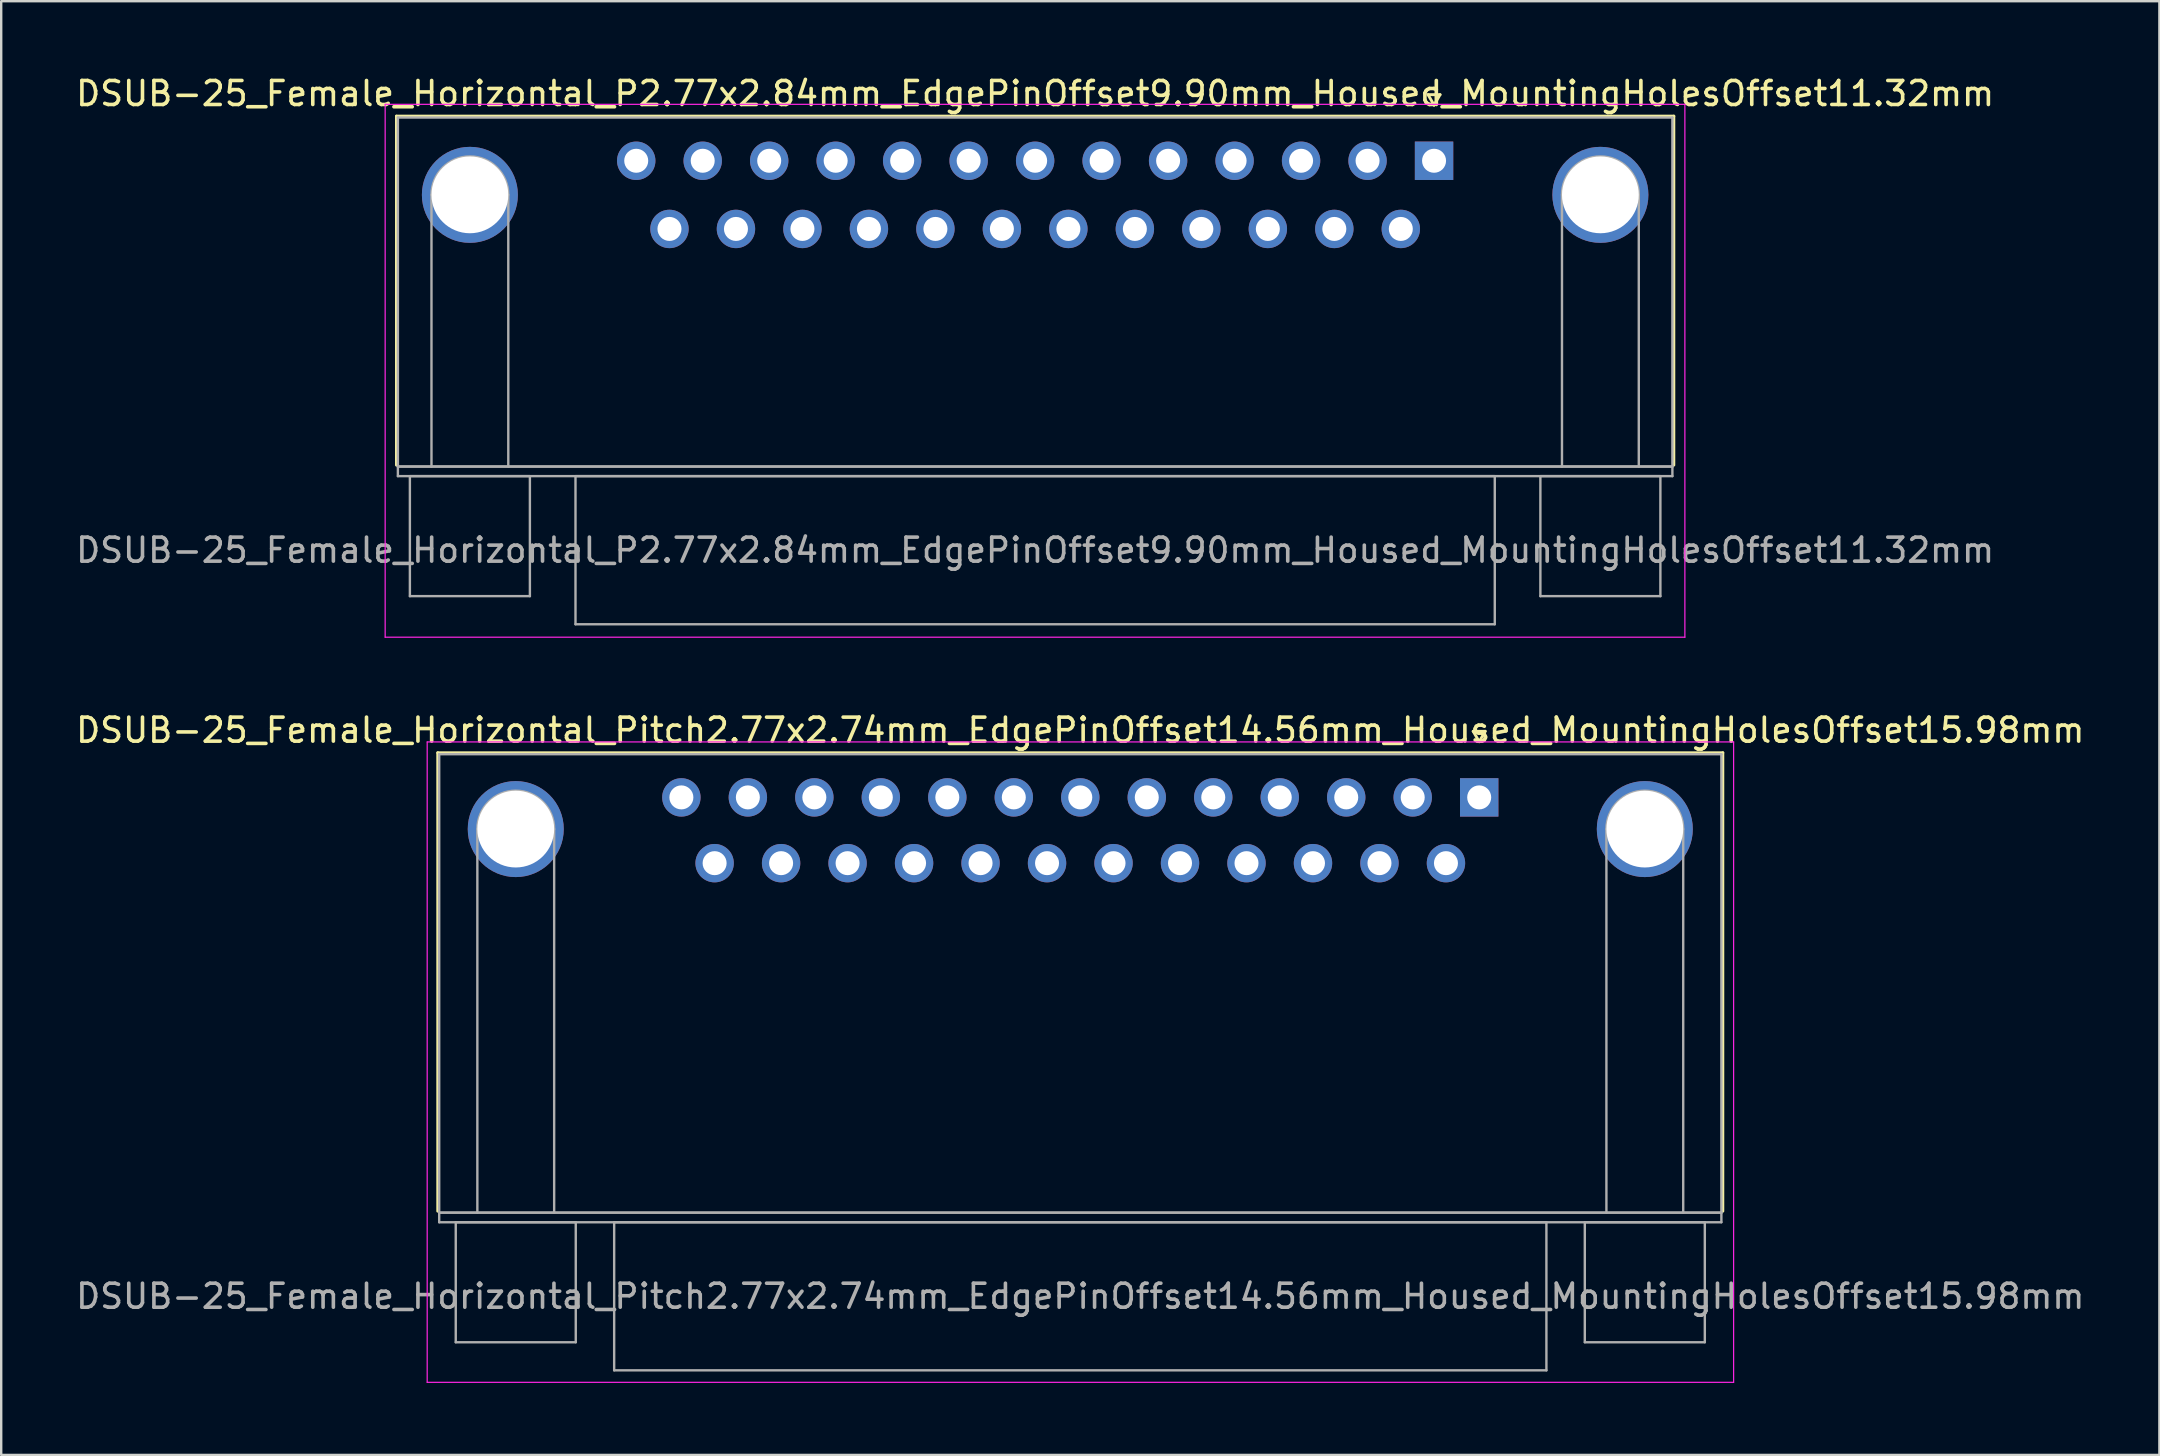
<source format=kicad_pcb>
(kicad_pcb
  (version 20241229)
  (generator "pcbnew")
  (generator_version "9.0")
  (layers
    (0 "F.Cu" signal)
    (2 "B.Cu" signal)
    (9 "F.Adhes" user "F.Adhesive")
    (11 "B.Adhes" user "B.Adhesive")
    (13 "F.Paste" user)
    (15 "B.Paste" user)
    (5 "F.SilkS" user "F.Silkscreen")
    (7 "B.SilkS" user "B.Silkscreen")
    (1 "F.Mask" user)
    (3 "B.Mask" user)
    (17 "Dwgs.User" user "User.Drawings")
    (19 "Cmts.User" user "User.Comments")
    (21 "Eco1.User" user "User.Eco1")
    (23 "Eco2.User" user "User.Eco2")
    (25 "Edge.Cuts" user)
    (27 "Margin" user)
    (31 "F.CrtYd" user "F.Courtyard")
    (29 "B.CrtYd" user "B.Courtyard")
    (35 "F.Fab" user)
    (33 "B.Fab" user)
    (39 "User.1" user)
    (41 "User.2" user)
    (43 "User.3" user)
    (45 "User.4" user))
  (footprint "DSUB-25_Female_Horizontal_P2.77x2.84mm_EdgePinOffset9.90mm_Housed_MountingHolesOffset11.32mm"
    (layer "F.Cu")
    (at 56.697 3.648)
    (property "Reference" "DSUB-25_Female_Horizontal_P2.77x2.84mm_EdgePinOffset9.90mm_Housed_MountingHolesOffset11.32mm" (at -16.62 -2.8 0) (layer "F.SilkS") (effects (font (size 1 1) (thickness 0.15))))
    (attr through_hole)
    (fp_line (start -43.23 -1.86) (end 9.99 -1.86) (stroke (width 0.12) (type solid)) (layer "F.SilkS"))
    (fp_line (start -43.23 12.68) (end -43.23 -1.86) (stroke (width 0.12) (type solid)) (layer "F.SilkS"))
    (fp_line (start -0.25 -2.754) (end 0.25 -2.754) (stroke (width 0.12) (type solid)) (layer "F.SilkS"))
    (fp_line (start 0 -2.321) (end -0.25 -2.754) (stroke (width 0.12) (type solid)) (layer "F.SilkS"))
    (fp_line (start 0.25 -2.754) (end 0 -2.321) (stroke (width 0.12) (type solid)) (layer "F.SilkS"))
    (fp_line (start 9.99 -1.86) (end 9.99 12.68) (stroke (width 0.12) (type solid)) (layer "F.SilkS"))
    (fp_line (start -43.7 -2.35) (end -43.7 19.85) (stroke (width 0.05) (type solid)) (layer "F.CrtYd"))
    (fp_line (start -43.7 19.85) (end 10.45 19.85) (stroke (width 0.05) (type solid)) (layer "F.CrtYd"))
    (fp_line (start 10.45 -2.35) (end -43.7 -2.35) (stroke (width 0.05) (type solid)) (layer "F.CrtYd"))
    (fp_line (start 10.45 19.85) (end 10.45 -2.35) (stroke (width 0.05) (type solid)) (layer "F.CrtYd"))
    (fp_line (start -43.17 -1.8) (end -43.17 12.74) (stroke (width 0.1) (type solid)) (layer "F.Fab"))
    (fp_line (start -43.17 12.74) (end -43.17 13.14) (stroke (width 0.1) (type solid)) (layer "F.Fab"))
    (fp_line (start -43.17 12.74) (end 9.93 12.74) (stroke (width 0.1) (type solid)) (layer "F.Fab"))
    (fp_line (start -43.17 13.14) (end 9.93 13.14) (stroke (width 0.1) (type solid)) (layer "F.Fab"))
    (fp_line (start -42.67 13.14) (end -42.67 18.14) (stroke (width 0.1) (type solid)) (layer "F.Fab"))
    (fp_line (start -42.67 18.14) (end -37.67 18.14) (stroke (width 0.1) (type solid)) (layer "F.Fab"))
    (fp_line (start -41.77 12.74) (end -41.77 1.42) (stroke (width 0.1) (type solid)) (layer "F.Fab"))
    (fp_line (start -38.57 12.74) (end -38.57 1.42) (stroke (width 0.1) (type solid)) (layer "F.Fab"))
    (fp_line (start -37.67 13.14) (end -42.67 13.14) (stroke (width 0.1) (type solid)) (layer "F.Fab"))
    (fp_line (start -37.67 18.14) (end -37.67 13.14) (stroke (width 0.1) (type solid)) (layer "F.Fab"))
    (fp_line (start -35.77 13.14) (end -35.77 19.31) (stroke (width 0.1) (type solid)) (layer "F.Fab"))
    (fp_line (start -35.77 19.31) (end 2.53 19.31) (stroke (width 0.1) (type solid)) (layer "F.Fab"))
    (fp_line (start 2.53 13.14) (end -35.77 13.14) (stroke (width 0.1) (type solid)) (layer "F.Fab"))
    (fp_line (start 2.53 19.31) (end 2.53 13.14) (stroke (width 0.1) (type solid)) (layer "F.Fab"))
    (fp_line (start 4.43 13.14) (end 4.43 18.14) (stroke (width 0.1) (type solid)) (layer "F.Fab"))
    (fp_line (start 4.43 18.14) (end 9.43 18.14) (stroke (width 0.1) (type solid)) (layer "F.Fab"))
    (fp_line (start 5.33 12.74) (end 5.33 1.42) (stroke (width 0.1) (type solid)) (layer "F.Fab"))
    (fp_line (start 8.53 12.74) (end 8.53 1.42) (stroke (width 0.1) (type solid)) (layer "F.Fab"))
    (fp_line (start 9.43 13.14) (end 4.43 13.14) (stroke (width 0.1) (type solid)) (layer "F.Fab"))
    (fp_line (start 9.43 18.14) (end 9.43 13.14) (stroke (width 0.1) (type solid)) (layer "F.Fab"))
    (fp_line (start 9.93 -1.8) (end -43.17 -1.8) (stroke (width 0.1) (type solid)) (layer "F.Fab"))
    (fp_line (start 9.93 12.74) (end -43.17 12.74) (stroke (width 0.1) (type solid)) (layer "F.Fab"))
    (fp_line (start 9.93 12.74) (end 9.93 -1.8) (stroke (width 0.1) (type solid)) (layer "F.Fab"))
    (fp_line (start 9.93 13.14) (end 9.93 12.74) (stroke (width 0.1) (type solid)) (layer "F.Fab"))
    (fp_arc (start -41.77 1.42) (mid -40.17 -0.18) (end -38.57 1.42) (stroke (width 0.1) (type solid)) (layer "F.Fab"))
    (fp_arc (start 5.33 1.42) (mid 6.93 -0.18) (end 8.53 1.42) (stroke (width 0.1) (type solid)) (layer "F.Fab"))
    (fp_text user "${REFERENCE}" (at -16.62 16.225 0) (layer "F.Fab") (effects (font (size 1 1) (thickness 0.15))))
    (pad "0" thru_hole circle (at -40.17 1.42) (size 4 4) (drill 3.2) (layers "*.Cu" "*.Mask"))
    (pad "0" thru_hole circle (at 6.93 1.42) (size 4 4) (drill 3.2) (layers "*.Cu" "*.Mask"))
    (pad "1" thru_hole rect (at 0 0) (size 1.6 1.6) (drill 1) (layers "*.Cu" "*.Mask"))
    (pad "2" thru_hole circle (at -2.77 0) (size 1.6 1.6) (drill 1) (layers "*.Cu" "*.Mask"))
    (pad "3" thru_hole circle (at -5.54 0) (size 1.6 1.6) (drill 1) (layers "*.Cu" "*.Mask"))
    (pad "4" thru_hole circle (at -8.31 0) (size 1.6 1.6) (drill 1) (layers "*.Cu" "*.Mask"))
    (pad "5" thru_hole circle (at -11.08 0) (size 1.6 1.6) (drill 1) (layers "*.Cu" "*.Mask"))
    (pad "6" thru_hole circle (at -13.85 0) (size 1.6 1.6) (drill 1) (layers "*.Cu" "*.Mask"))
    (pad "7" thru_hole circle (at -16.62 0) (size 1.6 1.6) (drill 1) (layers "*.Cu" "*.Mask"))
    (pad "8" thru_hole circle (at -19.39 0) (size 1.6 1.6) (drill 1) (layers "*.Cu" "*.Mask"))
    (pad "9" thru_hole circle (at -22.16 0) (size 1.6 1.6) (drill 1) (layers "*.Cu" "*.Mask"))
    (pad "10" thru_hole circle (at -24.93 0) (size 1.6 1.6) (drill 1) (layers "*.Cu" "*.Mask"))
    (pad "11" thru_hole circle (at -27.7 0) (size 1.6 1.6) (drill 1) (layers "*.Cu" "*.Mask"))
    (pad "12" thru_hole circle (at -30.47 0) (size 1.6 1.6) (drill 1) (layers "*.Cu" "*.Mask"))
    (pad "13" thru_hole circle (at -33.24 0) (size 1.6 1.6) (drill 1) (layers "*.Cu" "*.Mask"))
    (pad "14" thru_hole circle (at -1.385 2.84) (size 1.6 1.6) (drill 1) (layers "*.Cu" "*.Mask"))
    (pad "15" thru_hole circle (at -4.155 2.84) (size 1.6 1.6) (drill 1) (layers "*.Cu" "*.Mask"))
    (pad "16" thru_hole circle (at -6.925 2.84) (size 1.6 1.6) (drill 1) (layers "*.Cu" "*.Mask"))
    (pad "17" thru_hole circle (at -9.695 2.84) (size 1.6 1.6) (drill 1) (layers "*.Cu" "*.Mask"))
    (pad "18" thru_hole circle (at -12.465 2.84) (size 1.6 1.6) (drill 1) (layers "*.Cu" "*.Mask"))
    (pad "19" thru_hole circle (at -15.235 2.84) (size 1.6 1.6) (drill 1) (layers "*.Cu" "*.Mask"))
    (pad "20" thru_hole circle (at -18.005 2.84) (size 1.6 1.6) (drill 1) (layers "*.Cu" "*.Mask"))
    (pad "21" thru_hole circle (at -20.775 2.84) (size 1.6 1.6) (drill 1) (layers "*.Cu" "*.Mask"))
    (pad "22" thru_hole circle (at -23.545 2.84) (size 1.6 1.6) (drill 1) (layers "*.Cu" "*.Mask"))
    (pad "23" thru_hole circle (at -26.315 2.84) (size 1.6 1.6) (drill 1) (layers "*.Cu" "*.Mask"))
    (pad "24" thru_hole circle (at -29.085 2.84) (size 1.6 1.6) (drill 1) (layers "*.Cu" "*.Mask"))
    (pad "25" thru_hole circle (at -31.855 2.84) (size 1.6 1.6) (drill 1) (layers "*.Cu" "*.Mask")))
  (footprint "DSUB-25_Female_Horizontal_Pitch2.77x2.74mm_EdgePinOffset14.56mm_Housed_MountingHolesOffset15.98mm"
    (layer "F.Cu")
    (at 58.578 30.172)
    (property "Reference" "DSUB-25_Female_Horizontal_Pitch2.77x2.74mm_EdgePinOffset14.56mm_Housed_MountingHolesOffset15.98mm" (at -16.62 -2.8 0) (layer "F.SilkS") (effects (font (size 1 1) (thickness 0.15))))
    (attr through_hole)
    (fp_line (start -43.39 -1.86) (end 10.15 -1.86) (stroke (width 0.12) (type solid)) (layer "F.SilkS"))
    (fp_line (start -43.39 17.24) (end -43.39 -1.86) (stroke (width 0.12) (type solid)) (layer "F.SilkS"))
    (fp_line (start -0.25 -2.754) (end 0.25 -2.754) (stroke (width 0.12) (type solid)) (layer "F.SilkS"))
    (fp_line (start 0 -2.321) (end -0.25 -2.754) (stroke (width 0.12) (type solid)) (layer "F.SilkS"))
    (fp_line (start 0.25 -2.754) (end 0 -2.321) (stroke (width 0.12) (type solid)) (layer "F.SilkS"))
    (fp_line (start 10.15 -1.86) (end 10.15 17.24) (stroke (width 0.12) (type solid)) (layer "F.SilkS"))
    (fp_line (start -43.83 -2.31) (end -43.83 24.37) (stroke (width 0.05) (type solid)) (layer "F.CrtYd"))
    (fp_line (start -43.83 24.37) (end 10.6 24.37) (stroke (width 0.05) (type solid)) (layer "F.CrtYd"))
    (fp_line (start 10.6 -2.31) (end -43.83 -2.31) (stroke (width 0.05) (type solid)) (layer "F.CrtYd"))
    (fp_line (start 10.6 24.37) (end 10.6 -2.31) (stroke (width 0.05) (type solid)) (layer "F.CrtYd"))
    (fp_line (start -43.33 -1.8) (end -43.33 17.3) (stroke (width 0.1) (type solid)) (layer "F.Fab"))
    (fp_line (start -43.33 17.3) (end -43.33 17.7) (stroke (width 0.1) (type solid)) (layer "F.Fab"))
    (fp_line (start -43.33 17.3) (end 10.09 17.3) (stroke (width 0.1) (type solid)) (layer "F.Fab"))
    (fp_line (start -43.33 17.7) (end 10.09 17.7) (stroke (width 0.1) (type solid)) (layer "F.Fab"))
    (fp_line (start -42.64 17.7) (end -42.64 22.7) (stroke (width 0.1) (type solid)) (layer "F.Fab"))
    (fp_line (start -42.64 22.7) (end -37.64 22.7) (stroke (width 0.1) (type solid)) (layer "F.Fab"))
    (fp_line (start -41.74 17.3) (end -41.74 1.32) (stroke (width 0.1) (type solid)) (layer "F.Fab"))
    (fp_line (start -38.54 17.3) (end -38.54 1.32) (stroke (width 0.1) (type solid)) (layer "F.Fab"))
    (fp_line (start -37.64 17.7) (end -42.64 17.7) (stroke (width 0.1) (type solid)) (layer "F.Fab"))
    (fp_line (start -37.64 22.7) (end -37.64 17.7) (stroke (width 0.1) (type solid)) (layer "F.Fab"))
    (fp_line (start -36.04 17.7) (end -36.04 23.87) (stroke (width 0.1) (type solid)) (layer "F.Fab"))
    (fp_line (start -36.04 23.87) (end 2.8 23.87) (stroke (width 0.1) (type solid)) (layer "F.Fab"))
    (fp_line (start 2.8 17.7) (end -36.04 17.7) (stroke (width 0.1) (type solid)) (layer "F.Fab"))
    (fp_line (start 2.8 23.87) (end 2.8 17.7) (stroke (width 0.1) (type solid)) (layer "F.Fab"))
    (fp_line (start 4.4 17.7) (end 4.4 22.7) (stroke (width 0.1) (type solid)) (layer "F.Fab"))
    (fp_line (start 4.4 22.7) (end 9.4 22.7) (stroke (width 0.1) (type solid)) (layer "F.Fab"))
    (fp_line (start 5.3 17.3) (end 5.3 1.32) (stroke (width 0.1) (type solid)) (layer "F.Fab"))
    (fp_line (start 8.5 17.3) (end 8.5 1.32) (stroke (width 0.1) (type solid)) (layer "F.Fab"))
    (fp_line (start 9.4 17.7) (end 4.4 17.7) (stroke (width 0.1) (type solid)) (layer "F.Fab"))
    (fp_line (start 9.4 22.7) (end 9.4 17.7) (stroke (width 0.1) (type solid)) (layer "F.Fab"))
    (fp_line (start 10.09 -1.8) (end -43.33 -1.8) (stroke (width 0.1) (type solid)) (layer "F.Fab"))
    (fp_line (start 10.09 17.3) (end -43.33 17.3) (stroke (width 0.1) (type solid)) (layer "F.Fab"))
    (fp_line (start 10.09 17.3) (end 10.09 -1.8) (stroke (width 0.1) (type solid)) (layer "F.Fab"))
    (fp_line (start 10.09 17.7) (end 10.09 17.3) (stroke (width 0.1) (type solid)) (layer "F.Fab"))
    (fp_arc (start -41.74 1.32) (mid -40.14 -0.28) (end -38.54 1.32) (stroke (width 0.1) (type solid)) (layer "F.Fab"))
    (fp_arc (start 5.3 1.32) (mid 6.9 -0.28) (end 8.5 1.32) (stroke (width 0.1) (type solid)) (layer "F.Fab"))
    (fp_text user "${REFERENCE}" (at -16.62 20.785 0) (layer "F.Fab") (effects (font (size 1 1) (thickness 0.15))))
    (pad "0" thru_hole circle (at -40.14 1.32) (size 4 4) (drill 3.2) (layers "*.Cu" "*.Mask"))
    (pad "0" thru_hole circle (at 6.9 1.32) (size 4 4) (drill 3.2) (layers "*.Cu" "*.Mask"))
    (pad "1" thru_hole rect (at 0 0) (size 1.6 1.6) (drill 1) (layers "*.Cu" "*.Mask"))
    (pad "2" thru_hole circle (at -2.77 0) (size 1.6 1.6) (drill 1) (layers "*.Cu" "*.Mask"))
    (pad "3" thru_hole circle (at -5.54 0) (size 1.6 1.6) (drill 1) (layers "*.Cu" "*.Mask"))
    (pad "4" thru_hole circle (at -8.31 0) (size 1.6 1.6) (drill 1) (layers "*.Cu" "*.Mask"))
    (pad "5" thru_hole circle (at -11.08 0) (size 1.6 1.6) (drill 1) (layers "*.Cu" "*.Mask"))
    (pad "6" thru_hole circle (at -13.85 0) (size 1.6 1.6) (drill 1) (layers "*.Cu" "*.Mask"))
    (pad "7" thru_hole circle (at -16.62 0) (size 1.6 1.6) (drill 1) (layers "*.Cu" "*.Mask"))
    (pad "8" thru_hole circle (at -19.39 0) (size 1.6 1.6) (drill 1) (layers "*.Cu" "*.Mask"))
    (pad "9" thru_hole circle (at -22.16 0) (size 1.6 1.6) (drill 1) (layers "*.Cu" "*.Mask"))
    (pad "10" thru_hole circle (at -24.93 0) (size 1.6 1.6) (drill 1) (layers "*.Cu" "*.Mask"))
    (pad "11" thru_hole circle (at -27.7 0) (size 1.6 1.6) (drill 1) (layers "*.Cu" "*.Mask"))
    (pad "12" thru_hole circle (at -30.47 0) (size 1.6 1.6) (drill 1) (layers "*.Cu" "*.Mask"))
    (pad "13" thru_hole circle (at -33.24 0) (size 1.6 1.6) (drill 1) (layers "*.Cu" "*.Mask"))
    (pad "14" thru_hole circle (at -1.385 2.74) (size 1.6 1.6) (drill 1) (layers "*.Cu" "*.Mask"))
    (pad "15" thru_hole circle (at -4.155 2.74) (size 1.6 1.6) (drill 1) (layers "*.Cu" "*.Mask"))
    (pad "16" thru_hole circle (at -6.925 2.74) (size 1.6 1.6) (drill 1) (layers "*.Cu" "*.Mask"))
    (pad "17" thru_hole circle (at -9.695 2.74) (size 1.6 1.6) (drill 1) (layers "*.Cu" "*.Mask"))
    (pad "18" thru_hole circle (at -12.465 2.74) (size 1.6 1.6) (drill 1) (layers "*.Cu" "*.Mask"))
    (pad "19" thru_hole circle (at -15.235 2.74) (size 1.6 1.6) (drill 1) (layers "*.Cu" "*.Mask"))
    (pad "20" thru_hole circle (at -18.005 2.74) (size 1.6 1.6) (drill 1) (layers "*.Cu" "*.Mask"))
    (pad "21" thru_hole circle (at -20.775 2.74) (size 1.6 1.6) (drill 1) (layers "*.Cu" "*.Mask"))
    (pad "22" thru_hole circle (at -23.545 2.74) (size 1.6 1.6) (drill 1) (layers "*.Cu" "*.Mask"))
    (pad "23" thru_hole circle (at -26.315 2.74) (size 1.6 1.6) (drill 1) (layers "*.Cu" "*.Mask"))
    (pad "24" thru_hole circle (at -29.085 2.74) (size 1.6 1.6) (drill 1) (layers "*.Cu" "*.Mask"))
    (pad "25" thru_hole circle (at -31.855 2.74) (size 1.6 1.6) (drill 1) (layers "*.Cu" "*.Mask")))
  (gr_rect
    (start -3 -3)
    (end 86.917 57.566)
    (stroke (width 0.1) (type default))
    (fill no)
    (layer "Edge.Cuts")))
</source>
